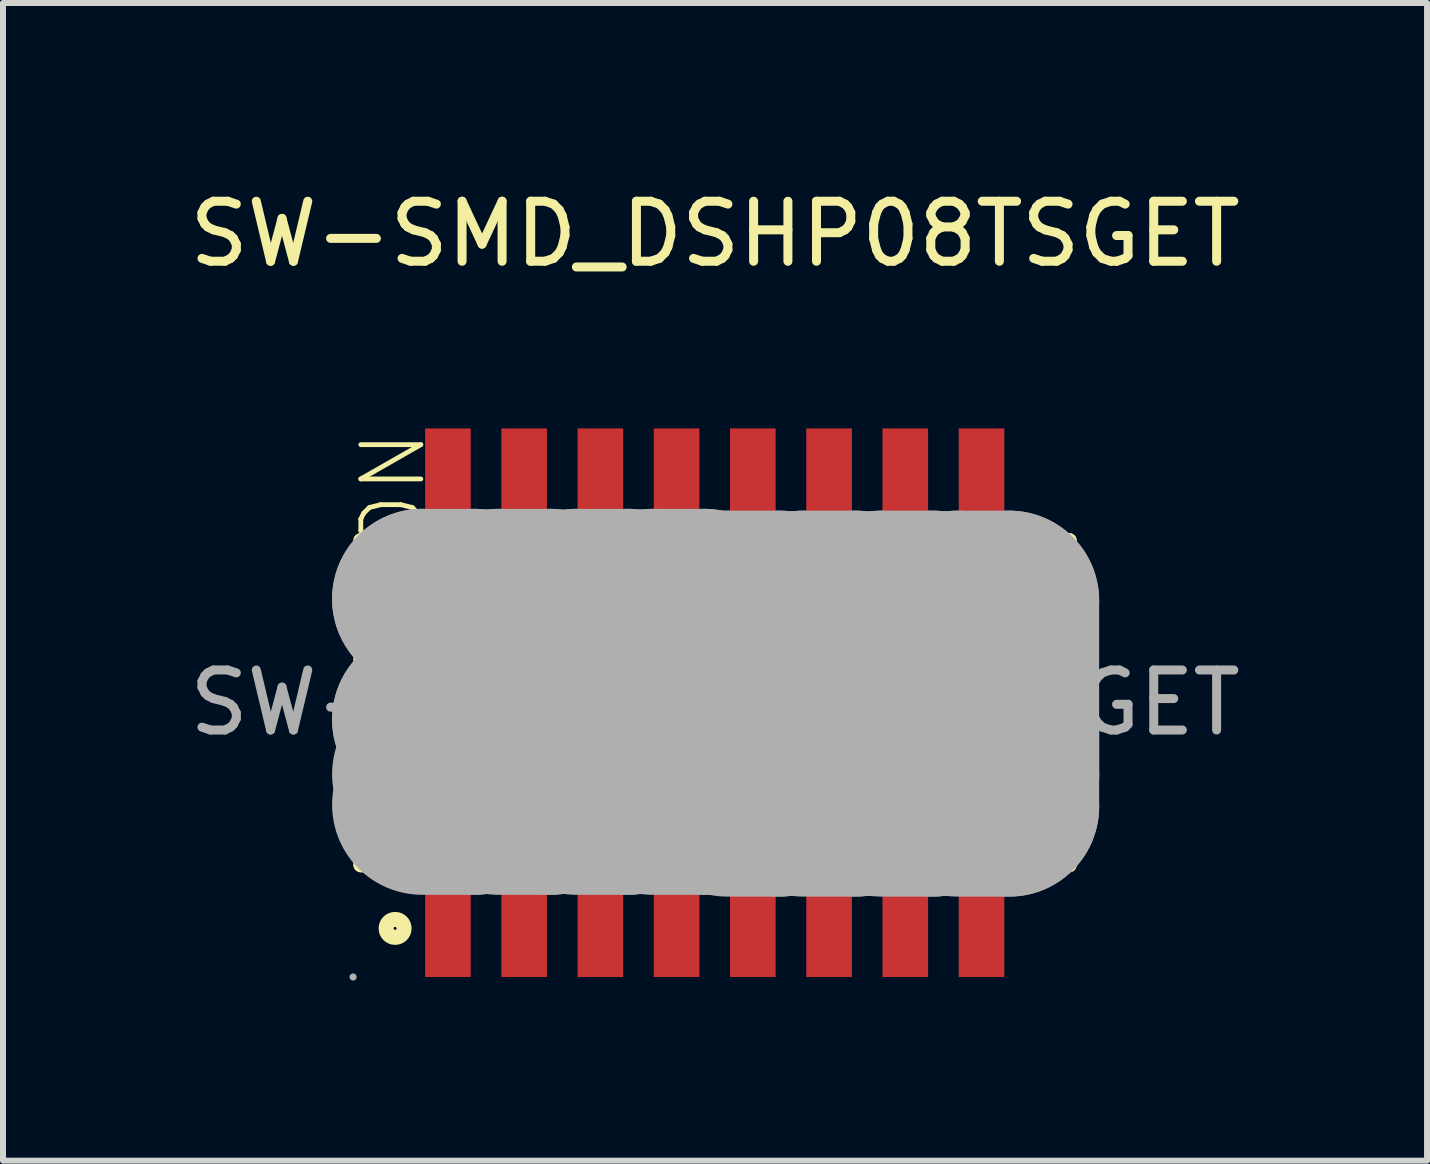
<source format=kicad_pcb>
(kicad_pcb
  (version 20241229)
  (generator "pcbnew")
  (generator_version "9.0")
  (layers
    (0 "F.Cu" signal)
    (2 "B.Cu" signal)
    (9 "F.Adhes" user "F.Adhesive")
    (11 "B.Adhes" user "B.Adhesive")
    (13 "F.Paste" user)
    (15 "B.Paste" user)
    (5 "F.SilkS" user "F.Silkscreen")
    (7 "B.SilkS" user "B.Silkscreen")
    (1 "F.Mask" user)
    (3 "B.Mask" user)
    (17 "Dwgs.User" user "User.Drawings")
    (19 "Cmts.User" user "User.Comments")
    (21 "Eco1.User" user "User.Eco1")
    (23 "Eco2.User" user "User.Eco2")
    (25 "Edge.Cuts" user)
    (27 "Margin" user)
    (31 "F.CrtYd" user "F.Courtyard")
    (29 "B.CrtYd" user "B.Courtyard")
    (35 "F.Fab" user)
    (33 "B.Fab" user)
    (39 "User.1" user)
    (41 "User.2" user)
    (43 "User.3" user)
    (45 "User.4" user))
  (footprint "SW-SMD_DSHP08TSGET"
    (layer "F.Cu")
    (at 8.863 8.658)
    (property "Reference" "SW-SMD_DSHP08TSGET" (at 0 -7.81 0) (layer "F.SilkS") (effects (font (size 1 1) (thickness 0.15))))
    (attr through_hole)
    (fp_line (start -5.9 -2.7) (end -5.9 2.7) (stroke (width 0.25) (type solid)) (layer "F.SilkS"))
    (fp_line (start -5.9 -2.7) (end 5.9 -2.7) (stroke (width 0.25) (type solid)) (layer "F.SilkS"))
    (fp_line (start -5.9 2.7) (end 5.9 2.7) (stroke (width 0.25) (type solid)) (layer "F.SilkS"))
    (fp_line (start 5.9 -2.7) (end 5.9 2.7) (stroke (width 0.25) (type solid)) (layer "F.SilkS"))
    (fp_circle (center -5.33 3.76) (end -5.18 3.76) (stroke (width 0.25) (type solid)) (fill no) (layer "F.SilkS"))
    (fp_line (start -4.88 -1.73) (end -4.88 -1.73) (stroke (width 3) (type solid)) (layer "F.Fab"))
    (fp_line (start -4.88 -1.73) (end -4.01 -1.73) (stroke (width 3) (type solid)) (layer "F.Fab"))
    (fp_line (start -4.88 0.28) (end -4.88 0.28) (stroke (width 3) (type solid)) (layer "F.Fab"))
    (fp_line (start -4.88 0.28) (end -4.01 0.28) (stroke (width 3) (type solid)) (layer "F.Fab"))
    (fp_line (start -4.01 -1.73) (end -4.01 1.7) (stroke (width 3) (type solid)) (layer "F.Fab"))
    (fp_line (start -4.01 0.28) (end -4.01 1.19) (stroke (width 3) (type solid)) (layer "F.Fab"))
    (fp_line (start -4.01 1.19) (end -4.88 1.19) (stroke (width 3) (type solid)) (layer "F.Fab"))
    (fp_line (start -4.01 1.7) (end -4.88 1.7) (stroke (width 3) (type solid)) (layer "F.Fab"))
    (fp_line (start -3.61 -1.73) (end -3.61 -1.73) (stroke (width 3) (type solid)) (layer "F.Fab"))
    (fp_line (start -3.61 -1.73) (end -2.74 -1.73) (stroke (width 3) (type solid)) (layer "F.Fab"))
    (fp_line (start -3.61 0.28) (end -3.61 0.28) (stroke (width 3) (type solid)) (layer "F.Fab"))
    (fp_line (start -3.61 0.28) (end -2.74 0.28) (stroke (width 3) (type solid)) (layer "F.Fab"))
    (fp_line (start -2.74 -1.73) (end -2.74 1.7) (stroke (width 3) (type solid)) (layer "F.Fab"))
    (fp_line (start -2.74 0.28) (end -2.74 1.19) (stroke (width 3) (type solid)) (layer "F.Fab"))
    (fp_line (start -2.74 1.19) (end -3.61 1.19) (stroke (width 3) (type solid)) (layer "F.Fab"))
    (fp_line (start -2.74 1.7) (end -3.61 1.7) (stroke (width 3) (type solid)) (layer "F.Fab"))
    (fp_line (start -2.31 -1.73) (end -2.31 -1.73) (stroke (width 3) (type solid)) (layer "F.Fab"))
    (fp_line (start -2.31 -1.73) (end -1.45 -1.73) (stroke (width 3) (type solid)) (layer "F.Fab"))
    (fp_line (start -2.31 0.28) (end -2.31 0.28) (stroke (width 3) (type solid)) (layer "F.Fab"))
    (fp_line (start -2.31 0.28) (end -1.45 0.28) (stroke (width 3) (type solid)) (layer "F.Fab"))
    (fp_line (start -1.45 -1.73) (end -1.45 1.7) (stroke (width 3) (type solid)) (layer "F.Fab"))
    (fp_line (start -1.45 0.28) (end -1.45 1.19) (stroke (width 3) (type solid)) (layer "F.Fab"))
    (fp_line (start -1.45 1.19) (end -2.31 1.19) (stroke (width 3) (type solid)) (layer "F.Fab"))
    (fp_line (start -1.45 1.7) (end -2.31 1.7) (stroke (width 3) (type solid)) (layer "F.Fab"))
    (fp_line (start -1.04 -1.73) (end -1.04 -1.73) (stroke (width 3) (type solid)) (layer "F.Fab"))
    (fp_line (start -1.04 -1.73) (end -0.18 -1.73) (stroke (width 3) (type solid)) (layer "F.Fab"))
    (fp_line (start -1.04 0.28) (end -1.04 0.28) (stroke (width 3) (type solid)) (layer "F.Fab"))
    (fp_line (start -1.04 0.28) (end -0.18 0.28) (stroke (width 3) (type solid)) (layer "F.Fab"))
    (fp_line (start -0.18 -1.73) (end -0.18 1.7) (stroke (width 3) (type solid)) (layer "F.Fab"))
    (fp_line (start -0.18 0.28) (end -0.18 1.19) (stroke (width 3) (type solid)) (layer "F.Fab"))
    (fp_line (start -0.18 1.19) (end -1.04 1.19) (stroke (width 3) (type solid)) (layer "F.Fab"))
    (fp_line (start -0.18 1.7) (end -1.04 1.7) (stroke (width 3) (type solid)) (layer "F.Fab"))
    (fp_line (start 0.2 -1.7) (end 0.2 -1.7) (stroke (width 3) (type solid)) (layer "F.Fab"))
    (fp_line (start 0.2 -1.7) (end 1.07 -1.7) (stroke (width 3) (type solid)) (layer "F.Fab"))
    (fp_line (start 0.2 0.3) (end 0.2 0.3) (stroke (width 3) (type solid)) (layer "F.Fab"))
    (fp_line (start 0.2 0.3) (end 1.07 0.3) (stroke (width 3) (type solid)) (layer "F.Fab"))
    (fp_line (start 1.07 -1.7) (end 1.07 1.73) (stroke (width 3) (type solid)) (layer "F.Fab"))
    (fp_line (start 1.07 0.3) (end 1.07 1.22) (stroke (width 3) (type solid)) (layer "F.Fab"))
    (fp_line (start 1.07 1.22) (end 0.2 1.22) (stroke (width 3) (type solid)) (layer "F.Fab"))
    (fp_line (start 1.07 1.73) (end 0.2 1.73) (stroke (width 3) (type solid)) (layer "F.Fab"))
    (fp_line (start 1.47 -1.7) (end 1.47 -1.7) (stroke (width 3) (type solid)) (layer "F.Fab"))
    (fp_line (start 1.47 -1.7) (end 2.34 -1.7) (stroke (width 3) (type solid)) (layer "F.Fab"))
    (fp_line (start 1.47 0.3) (end 1.47 0.3) (stroke (width 3) (type solid)) (layer "F.Fab"))
    (fp_line (start 1.47 0.3) (end 2.34 0.3) (stroke (width 3) (type solid)) (layer "F.Fab"))
    (fp_line (start 2.34 -1.7) (end 2.34 1.73) (stroke (width 3) (type solid)) (layer "F.Fab"))
    (fp_line (start 2.34 0.3) (end 2.34 1.22) (stroke (width 3) (type solid)) (layer "F.Fab"))
    (fp_line (start 2.34 1.22) (end 1.47 1.22) (stroke (width 3) (type solid)) (layer "F.Fab"))
    (fp_line (start 2.34 1.73) (end 1.47 1.73) (stroke (width 3) (type solid)) (layer "F.Fab"))
    (fp_line (start 2.77 -1.7) (end 2.77 -1.7) (stroke (width 3) (type solid)) (layer "F.Fab"))
    (fp_line (start 2.77 -1.7) (end 3.63 -1.7) (stroke (width 3) (type solid)) (layer "F.Fab"))
    (fp_line (start 2.77 0.3) (end 2.77 0.3) (stroke (width 3) (type solid)) (layer "F.Fab"))
    (fp_line (start 2.77 0.3) (end 3.63 0.3) (stroke (width 3) (type solid)) (layer "F.Fab"))
    (fp_line (start 3.63 -1.7) (end 3.63 1.73) (stroke (width 3) (type solid)) (layer "F.Fab"))
    (fp_line (start 3.63 0.3) (end 3.63 1.22) (stroke (width 3) (type solid)) (layer "F.Fab"))
    (fp_line (start 3.63 1.22) (end 2.77 1.22) (stroke (width 3) (type solid)) (layer "F.Fab"))
    (fp_line (start 3.63 1.73) (end 2.77 1.73) (stroke (width 3) (type solid)) (layer "F.Fab"))
    (fp_line (start 4.04 -1.7) (end 4.04 -1.7) (stroke (width 3) (type solid)) (layer "F.Fab"))
    (fp_line (start 4.04 -1.7) (end 4.9 -1.7) (stroke (width 3) (type solid)) (layer "F.Fab"))
    (fp_line (start 4.04 0.3) (end 4.04 0.3) (stroke (width 3) (type solid)) (layer "F.Fab"))
    (fp_line (start 4.04 0.3) (end 4.9 0.3) (stroke (width 3) (type solid)) (layer "F.Fab"))
    (fp_line (start 4.9 -1.7) (end 4.9 1.73) (stroke (width 3) (type solid)) (layer "F.Fab"))
    (fp_line (start 4.9 0.3) (end 4.9 1.22) (stroke (width 3) (type solid)) (layer "F.Fab"))
    (fp_line (start 4.9 1.22) (end 4.04 1.22) (stroke (width 3) (type solid)) (layer "F.Fab"))
    (fp_line (start 4.9 1.73) (end 4.04 1.73) (stroke (width 3) (type solid)) (layer "F.Fab"))
    (fp_circle (center -6.03 4.57) (end -6 4.57) (stroke (width 0.06) (type solid)) (fill no) (layer "F.Fab"))
    (fp_text user "8" (at 4.27 2.44 0) (layer "F.SilkS") (effects (font (size 1 1) (thickness 0.08)) (justify left)))
    (fp_text user "7" (at 3.05 2.46 0) (layer "F.SilkS") (effects (font (size 1 1) (thickness 0.08)) (justify left)))
    (fp_text user "4" (at -0.81 2.44 0) (layer "F.SilkS") (effects (font (size 1 1) (thickness 0.08)) (justify left)))
    (fp_text user "ON" (at -5.36 -2.39 270) (layer "F.SilkS") (effects (font (size 1 1) (thickness 0.08)) (justify left)))
    (fp_text user "5" (at 0.46 2.46 0) (layer "F.SilkS") (effects (font (size 1 1) (thickness 0.08)) (justify left)))
    (fp_text user "6" (at 1.7 2.46 0) (layer "F.SilkS") (effects (font (size 1 1) (thickness 0.08)) (justify left)))
    (fp_text user "2" (at -3.28 2.46 0) (layer "F.SilkS") (effects (font (size 1 1) (thickness 0.08)) (justify left)))
    (fp_text user "1" (at -4.6 2.44 0) (layer "F.SilkS") (effects (font (size 1 1) (thickness 0.08)) (justify left)))
    (fp_text user "3" (at -2.06 2.46 0) (layer "F.SilkS") (effects (font (size 1 1) (thickness 0.08)) (justify left)))
    (fp_text user "${REFERENCE}" (at 0 0 0) (layer "F.Fab") (effects (font (size 1 1) (thickness 0.15))))
    (pad "1" smd rect (at -4.45 3.81 90) (size 1.52 0.76) (layers "F.Cu" "F.Mask" "F.Paste"))
    (pad "2" smd rect (at -3.18 3.81 90) (size 1.52 0.76) (layers "F.Cu" "F.Mask" "F.Paste"))
    (pad "3" smd rect (at -1.91 3.81 90) (size 1.52 0.76) (layers "F.Cu" "F.Mask" "F.Paste"))
    (pad "4" smd rect (at -0.64 3.81 90) (size 1.52 0.76) (layers "F.Cu" "F.Mask" "F.Paste"))
    (pad "5" smd rect (at 0.63 3.81 90) (size 1.52 0.76) (layers "F.Cu" "F.Mask" "F.Paste"))
    (pad "6" smd rect (at 1.9 3.81 90) (size 1.52 0.76) (layers "F.Cu" "F.Mask" "F.Paste"))
    (pad "7" smd rect (at 3.17 3.81 90) (size 1.52 0.76) (layers "F.Cu" "F.Mask" "F.Paste"))
    (pad "8" smd rect (at 4.44 3.81 90) (size 1.52 0.76) (layers "F.Cu" "F.Mask" "F.Paste"))
    (pad "9" smd rect (at 4.44 -3.81 90) (size 1.52 0.76) (layers "F.Cu" "F.Mask" "F.Paste"))
    (pad "10" smd rect (at 3.17 -3.81 90) (size 1.52 0.76) (layers "F.Cu" "F.Mask" "F.Paste"))
    (pad "11" smd rect (at 1.9 -3.81 90) (size 1.52 0.76) (layers "F.Cu" "F.Mask" "F.Paste"))
    (pad "12" smd rect (at 0.63 -3.81 90) (size 1.52 0.76) (layers "F.Cu" "F.Mask" "F.Paste"))
    (pad "13" smd rect (at -0.64 -3.81 90) (size 1.52 0.76) (layers "F.Cu" "F.Mask" "F.Paste"))
    (pad "14" smd rect (at -1.91 -3.81 90) (size 1.52 0.76) (layers "F.Cu" "F.Mask" "F.Paste"))
    (pad "15" smd rect (at -3.18 -3.81 90) (size 1.52 0.76) (layers "F.Cu" "F.Mask" "F.Paste"))
    (pad "16" smd rect (at -4.45 -3.81 90) (size 1.52 0.76) (layers "F.Cu" "F.Mask" "F.Paste")))
  (gr_rect
    (start -3 -3)
    (end 20.726 16.288)
    (stroke (width 0.1) (type default))
    (fill no)
    (layer "Edge.Cuts")))
</source>
